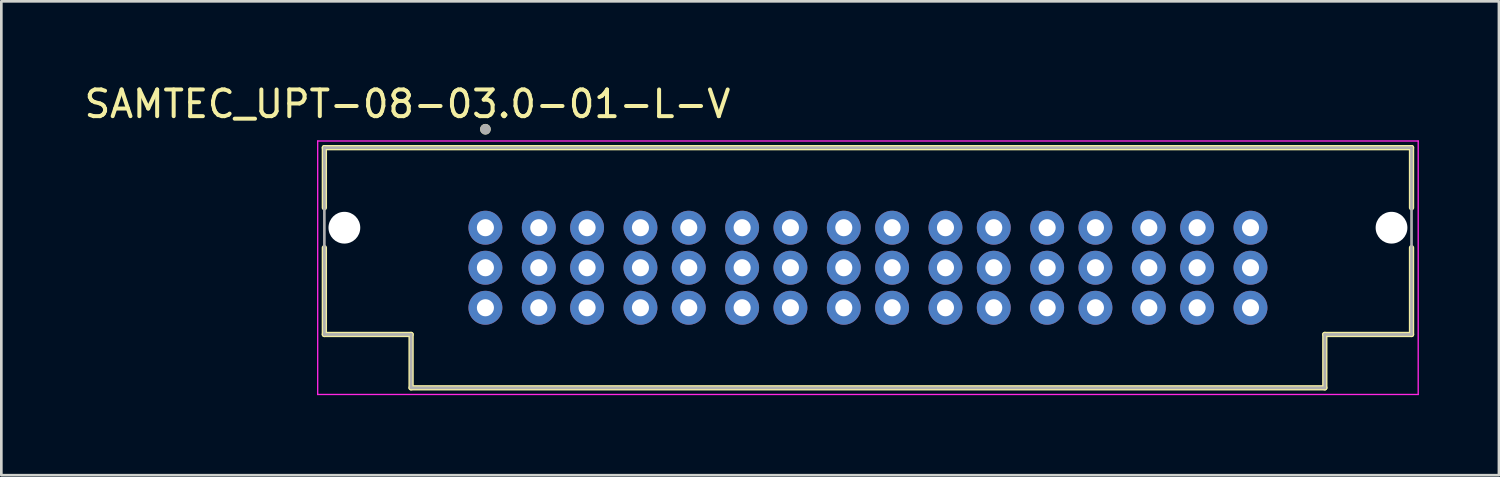
<source format=kicad_pcb>
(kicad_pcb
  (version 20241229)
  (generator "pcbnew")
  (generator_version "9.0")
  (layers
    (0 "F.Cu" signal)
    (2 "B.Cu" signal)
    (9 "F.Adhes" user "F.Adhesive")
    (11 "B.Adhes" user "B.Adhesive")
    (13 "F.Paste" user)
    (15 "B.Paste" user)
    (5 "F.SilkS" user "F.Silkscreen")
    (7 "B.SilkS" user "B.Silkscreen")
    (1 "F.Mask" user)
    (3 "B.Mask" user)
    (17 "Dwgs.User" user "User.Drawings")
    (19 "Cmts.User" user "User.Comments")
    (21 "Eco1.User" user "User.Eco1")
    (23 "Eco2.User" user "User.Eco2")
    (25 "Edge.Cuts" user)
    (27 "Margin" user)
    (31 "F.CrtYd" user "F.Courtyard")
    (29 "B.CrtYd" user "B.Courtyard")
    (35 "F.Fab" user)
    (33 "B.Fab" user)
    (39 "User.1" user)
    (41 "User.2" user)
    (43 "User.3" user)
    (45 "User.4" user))
  (footprint "SAMTEC_UPT-08-03.0-01-L-V"
    (layer "F.Cu")
    (at 29.475 6.983)
    (property "Reference" "SAMTEC_UPT-08-03.0-01-L-V" (at -17.255 -6.135 0) (layer "F.SilkS") (effects (font (size 1 1) (thickness 0.15))))
    (attr through_hole)
    (fp_line (start -20.37 -4.5) (end -20.37 -2.25) (stroke (width 0.2) (type solid)) (layer "F.SilkS"))
    (fp_line (start -20.37 -0.75) (end -20.37 2.5) (stroke (width 0.2) (type solid)) (layer "F.SilkS"))
    (fp_line (start -20.37 2.5) (end -17.12 2.5) (stroke (width 0.2) (type solid)) (layer "F.SilkS"))
    (fp_line (start -17.12 2.5) (end -17.12 4.5) (stroke (width 0.2) (type solid)) (layer "F.SilkS"))
    (fp_line (start -17.12 4.5) (end 17.12 4.5) (stroke (width 0.2) (type solid)) (layer "F.SilkS"))
    (fp_line (start 17.12 2.5) (end 20.37 2.5) (stroke (width 0.2) (type solid)) (layer "F.SilkS"))
    (fp_line (start 17.12 4.5) (end 17.12 2.5) (stroke (width 0.2) (type solid)) (layer "F.SilkS"))
    (fp_line (start 20.37 -4.5) (end -20.37 -4.5) (stroke (width 0.2) (type solid)) (layer "F.SilkS"))
    (fp_line (start 20.37 -2.25) (end 20.37 -4.5) (stroke (width 0.2) (type solid)) (layer "F.SilkS"))
    (fp_line (start 20.37 2.5) (end 20.37 -0.75) (stroke (width 0.2) (type solid)) (layer "F.SilkS"))
    (fp_circle (center -14.335 -5.19) (end -14.235 -5.19) (stroke (width 0.2) (type solid)) (fill no) (layer "F.SilkS"))
    (fp_line (start -20.62 -4.75) (end 20.62 -4.75) (stroke (width 0.05) (type solid)) (layer "F.CrtYd"))
    (fp_line (start -20.62 4.75) (end -20.62 -4.75) (stroke (width 0.05) (type solid)) (layer "F.CrtYd"))
    (fp_line (start 20.62 -4.75) (end 20.62 4.75) (stroke (width 0.05) (type solid)) (layer "F.CrtYd"))
    (fp_line (start 20.62 4.75) (end -20.62 4.75) (stroke (width 0.05) (type solid)) (layer "F.CrtYd"))
    (fp_line (start -20.37 -4.5) (end 20.37 -4.5) (stroke (width 0.1) (type solid)) (layer "F.Fab"))
    (fp_line (start -20.37 2.5) (end -20.37 -4.5) (stroke (width 0.1) (type solid)) (layer "F.Fab"))
    (fp_line (start -17.12 2.5) (end -20.37 2.5) (stroke (width 0.1) (type solid)) (layer "F.Fab"))
    (fp_line (start -17.12 4.5) (end -17.12 2.5) (stroke (width 0.1) (type solid)) (layer "F.Fab"))
    (fp_line (start 17.12 2.5) (end 17.12 4.5) (stroke (width 0.1) (type solid)) (layer "F.Fab"))
    (fp_line (start 17.12 4.5) (end -17.12 4.5) (stroke (width 0.1) (type solid)) (layer "F.Fab"))
    (fp_line (start 20.37 -4.5) (end 20.37 2.5) (stroke (width 0.1) (type solid)) (layer "F.Fab"))
    (fp_line (start 20.37 2.5) (end 17.12 2.5) (stroke (width 0.1) (type solid)) (layer "F.Fab"))
    (fp_circle (center -14.335 -5.19) (end -14.235 -5.19) (stroke (width 0.2) (type solid)) (fill no) (layer "F.Fab"))
    (pad "" np_thru_hole circle (at -19.62 -1.5) (size 1.19 1.19) (drill 1.19) (layers "*.Cu" "*.Mask"))
    (pad "" np_thru_hole circle (at 19.62 -1.5) (size 1.19 1.19) (drill 1.19) (layers "*.Cu" "*.Mask"))
    (pad "P01_1" thru_hole circle (at -14.335 -1.5) (size 1.27 1.27) (drill 0.64) (layers "*.Cu" "*.Mask"))
    (pad "P01_2" thru_hole circle (at -14.335 0) (size 1.27 1.27) (drill 0.64) (layers "*.Cu" "*.Mask"))
    (pad "P01_3" thru_hole circle (at -14.335 1.5) (size 1.27 1.27) (drill 0.64) (layers "*.Cu" "*.Mask"))
    (pad "P01_4" thru_hole circle (at -12.335 -1.5) (size 1.27 1.27) (drill 0.64) (layers "*.Cu" "*.Mask"))
    (pad "P01_5" thru_hole circle (at -12.335 0) (size 1.27 1.27) (drill 0.64) (layers "*.Cu" "*.Mask"))
    (pad "P01_6" thru_hole circle (at -12.335 1.5) (size 1.27 1.27) (drill 0.64) (layers "*.Cu" "*.Mask"))
    (pad "P02_1" thru_hole circle (at -10.525 -1.5) (size 1.27 1.27) (drill 0.64) (layers "*.Cu" "*.Mask"))
    (pad "P02_2" thru_hole circle (at -10.525 0) (size 1.27 1.27) (drill 0.64) (layers "*.Cu" "*.Mask"))
    (pad "P02_3" thru_hole circle (at -10.525 1.5) (size 1.27 1.27) (drill 0.64) (layers "*.Cu" "*.Mask"))
    (pad "P02_4" thru_hole circle (at -8.525 -1.5) (size 1.27 1.27) (drill 0.64) (layers "*.Cu" "*.Mask"))
    (pad "P02_5" thru_hole circle (at -8.525 0) (size 1.27 1.27) (drill 0.64) (layers "*.Cu" "*.Mask"))
    (pad "P02_6" thru_hole circle (at -8.525 1.5) (size 1.27 1.27) (drill 0.64) (layers "*.Cu" "*.Mask"))
    (pad "P03_1" thru_hole circle (at -6.715 -1.5) (size 1.27 1.27) (drill 0.64) (layers "*.Cu" "*.Mask"))
    (pad "P03_2" thru_hole circle (at -6.715 0) (size 1.27 1.27) (drill 0.64) (layers "*.Cu" "*.Mask"))
    (pad "P03_3" thru_hole circle (at -6.715 1.5) (size 1.27 1.27) (drill 0.64) (layers "*.Cu" "*.Mask"))
    (pad "P03_4" thru_hole circle (at -4.715 -1.5) (size 1.27 1.27) (drill 0.64) (layers "*.Cu" "*.Mask"))
    (pad "P03_5" thru_hole circle (at -4.715 0) (size 1.27 1.27) (drill 0.64) (layers "*.Cu" "*.Mask"))
    (pad "P03_6" thru_hole circle (at -4.715 1.5) (size 1.27 1.27) (drill 0.64) (layers "*.Cu" "*.Mask"))
    (pad "P04_1" thru_hole circle (at -2.905 -1.5) (size 1.27 1.27) (drill 0.64) (layers "*.Cu" "*.Mask"))
    (pad "P04_2" thru_hole circle (at -2.905 0) (size 1.27 1.27) (drill 0.64) (layers "*.Cu" "*.Mask"))
    (pad "P04_3" thru_hole circle (at -2.905 1.5) (size 1.27 1.27) (drill 0.64) (layers "*.Cu" "*.Mask"))
    (pad "P04_4" thru_hole circle (at -0.905 -1.5) (size 1.27 1.27) (drill 0.64) (layers "*.Cu" "*.Mask"))
    (pad "P04_5" thru_hole circle (at -0.905 0) (size 1.27 1.27) (drill 0.64) (layers "*.Cu" "*.Mask"))
    (pad "P04_6" thru_hole circle (at -0.905 1.5) (size 1.27 1.27) (drill 0.64) (layers "*.Cu" "*.Mask"))
    (pad "P05_1" thru_hole circle (at 0.905 -1.5) (size 1.27 1.27) (drill 0.64) (layers "*.Cu" "*.Mask"))
    (pad "P05_2" thru_hole circle (at 0.905 0) (size 1.27 1.27) (drill 0.64) (layers "*.Cu" "*.Mask"))
    (pad "P05_3" thru_hole circle (at 0.905 1.5) (size 1.27 1.27) (drill 0.64) (layers "*.Cu" "*.Mask"))
    (pad "P05_4" thru_hole circle (at 2.905 -1.5) (size 1.27 1.27) (drill 0.64) (layers "*.Cu" "*.Mask"))
    (pad "P05_5" thru_hole circle (at 2.905 0) (size 1.27 1.27) (drill 0.64) (layers "*.Cu" "*.Mask"))
    (pad "P05_6" thru_hole circle (at 2.905 1.5) (size 1.27 1.27) (drill 0.64) (layers "*.Cu" "*.Mask"))
    (pad "P06_1" thru_hole circle (at 4.715 -1.5) (size 1.27 1.27) (drill 0.64) (layers "*.Cu" "*.Mask"))
    (pad "P06_2" thru_hole circle (at 4.715 0) (size 1.27 1.27) (drill 0.64) (layers "*.Cu" "*.Mask"))
    (pad "P06_3" thru_hole circle (at 4.715 1.5) (size 1.27 1.27) (drill 0.64) (layers "*.Cu" "*.Mask"))
    (pad "P06_4" thru_hole circle (at 6.715 -1.5) (size 1.27 1.27) (drill 0.64) (layers "*.Cu" "*.Mask"))
    (pad "P06_5" thru_hole circle (at 6.715 0) (size 1.27 1.27) (drill 0.64) (layers "*.Cu" "*.Mask"))
    (pad "P06_6" thru_hole circle (at 6.715 1.5) (size 1.27 1.27) (drill 0.64) (layers "*.Cu" "*.Mask"))
    (pad "P07_1" thru_hole circle (at 8.525 -1.5) (size 1.27 1.27) (drill 0.64) (layers "*.Cu" "*.Mask"))
    (pad "P07_2" thru_hole circle (at 8.525 0) (size 1.27 1.27) (drill 0.64) (layers "*.Cu" "*.Mask"))
    (pad "P07_3" thru_hole circle (at 8.525 1.5) (size 1.27 1.27) (drill 0.64) (layers "*.Cu" "*.Mask"))
    (pad "P07_4" thru_hole circle (at 10.525 -1.5) (size 1.27 1.27) (drill 0.64) (layers "*.Cu" "*.Mask"))
    (pad "P07_5" thru_hole circle (at 10.525 0) (size 1.27 1.27) (drill 0.64) (layers "*.Cu" "*.Mask"))
    (pad "P07_6" thru_hole circle (at 10.525 1.5) (size 1.27 1.27) (drill 0.64) (layers "*.Cu" "*.Mask"))
    (pad "P08_1" thru_hole circle (at 12.335 -1.5) (size 1.27 1.27) (drill 0.64) (layers "*.Cu" "*.Mask"))
    (pad "P08_2" thru_hole circle (at 12.335 0) (size 1.27 1.27) (drill 0.64) (layers "*.Cu" "*.Mask"))
    (pad "P08_3" thru_hole circle (at 12.335 1.5) (size 1.27 1.27) (drill 0.64) (layers "*.Cu" "*.Mask"))
    (pad "P08_4" thru_hole circle (at 14.335 -1.5) (size 1.27 1.27) (drill 0.64) (layers "*.Cu" "*.Mask"))
    (pad "P08_5" thru_hole circle (at 14.335 0) (size 1.27 1.27) (drill 0.64) (layers "*.Cu" "*.Mask"))
    (pad "P08_6" thru_hole circle (at 14.335 1.5) (size 1.27 1.27) (drill 0.64) (layers "*.Cu" "*.Mask")))
  (gr_rect
    (start -3 -3)
    (end 53.12 14.758)
    (stroke (width 0.1) (type default))
    (fill no)
    (layer "Edge.Cuts")))
</source>
